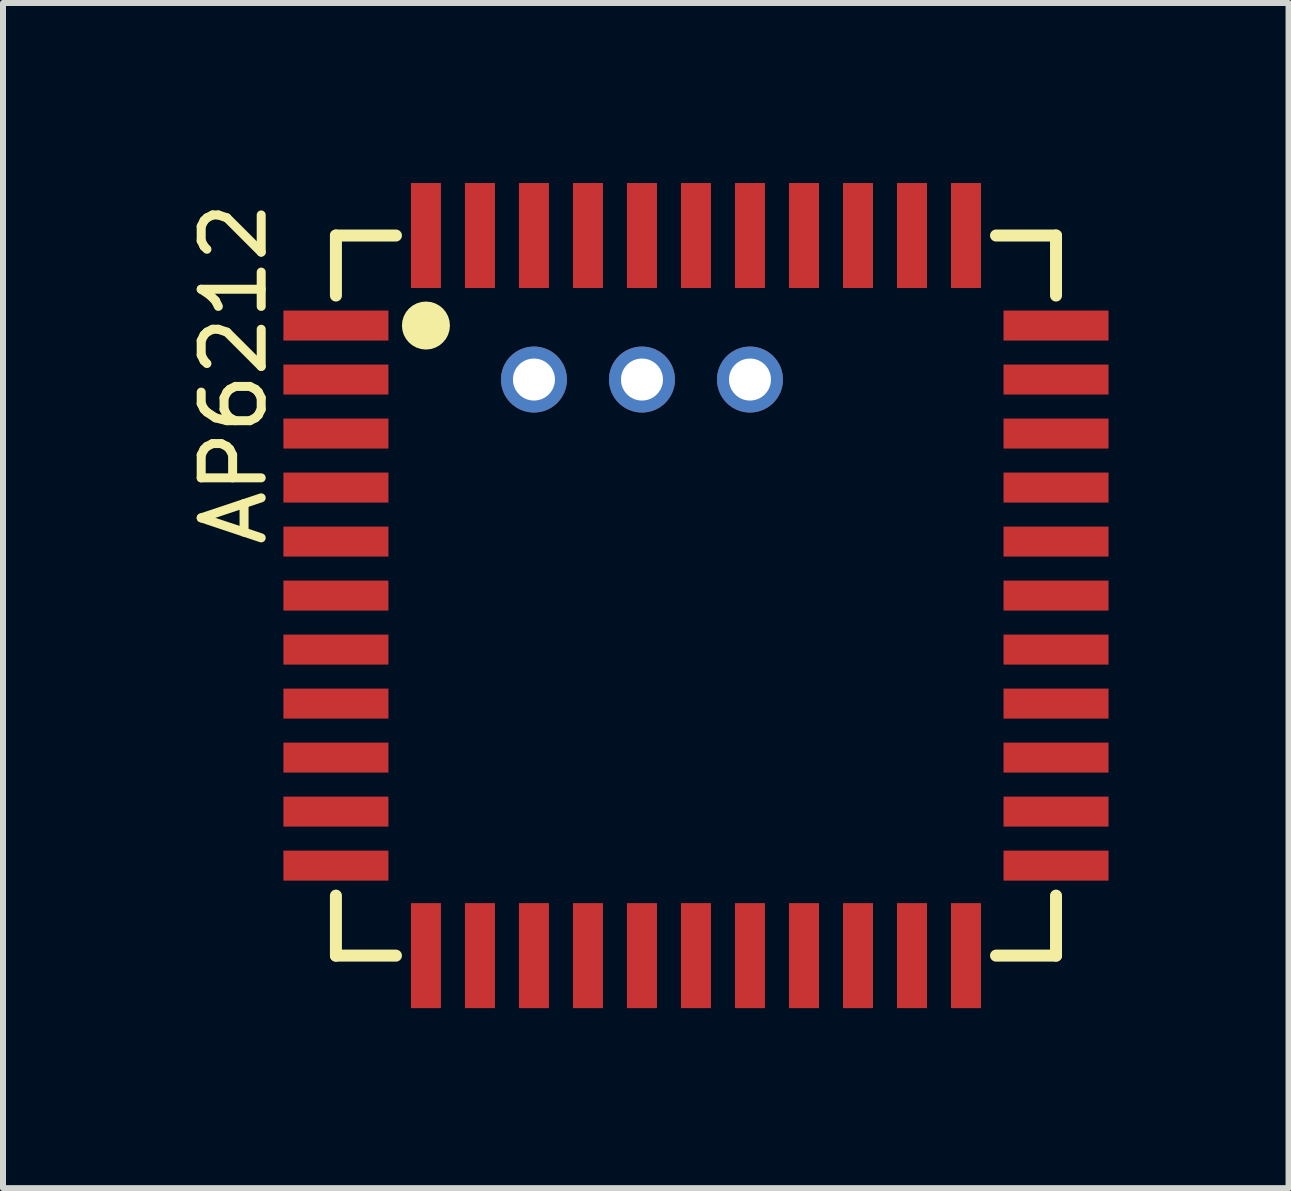
<source format=kicad_pcb>
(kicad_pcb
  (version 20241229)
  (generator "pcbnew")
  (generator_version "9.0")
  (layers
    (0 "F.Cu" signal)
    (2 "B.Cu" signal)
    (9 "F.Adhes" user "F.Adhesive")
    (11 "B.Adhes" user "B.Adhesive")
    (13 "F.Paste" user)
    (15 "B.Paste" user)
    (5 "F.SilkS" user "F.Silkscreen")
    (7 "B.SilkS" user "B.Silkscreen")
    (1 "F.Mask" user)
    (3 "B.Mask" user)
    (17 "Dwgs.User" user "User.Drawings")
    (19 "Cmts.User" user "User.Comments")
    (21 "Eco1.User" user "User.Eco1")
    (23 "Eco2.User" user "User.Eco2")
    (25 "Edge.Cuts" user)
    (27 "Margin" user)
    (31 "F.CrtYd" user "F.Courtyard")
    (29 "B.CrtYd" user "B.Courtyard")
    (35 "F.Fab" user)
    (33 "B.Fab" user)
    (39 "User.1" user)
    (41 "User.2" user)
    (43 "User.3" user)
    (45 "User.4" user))
  (footprint "AP6212"
    (layer "F.Cu")
    (at 8.548 6.875)
    (property "Reference" "AP6212" (at -7.7 -3.7 90) (layer "F.SilkS") (effects (font (size 1 1) (thickness 0.15))))
    (attr through_hole)
    (fp_line (start -6 -6) (end -6 -5) (stroke (width 0.2) (type solid)) (layer "F.SilkS"))
    (fp_line (start -6 -6) (end -5 -6) (stroke (width 0.2) (type solid)) (layer "F.SilkS"))
    (fp_line (start -6 6) (end -6 5) (stroke (width 0.2) (type solid)) (layer "F.SilkS"))
    (fp_line (start -6 6) (end -5 6) (stroke (width 0.2) (type solid)) (layer "F.SilkS"))
    (fp_line (start 6 -6) (end 5 -6) (stroke (width 0.2) (type solid)) (layer "F.SilkS"))
    (fp_line (start 6 -6) (end 6 -5) (stroke (width 0.2) (type solid)) (layer "F.SilkS"))
    (fp_line (start 6 6) (end 5 6) (stroke (width 0.2) (type solid)) (layer "F.SilkS"))
    (fp_line (start 6 6) (end 6 5) (stroke (width 0.2) (type solid)) (layer "F.SilkS"))
    (fp_circle (center -4.5 -4.5) (end -4.3 -4.5) (stroke (width 0.4) (type solid)) (fill no) (layer "F.SilkS"))
    (pad "1" smd rect (at -6 -4.5 90) (size 0.5 1.75) (layers "F.Cu" "F.Mask" "F.Paste"))
    (pad "2" smd rect (at -6 -3.6 90) (size 0.5 1.75) (layers "F.Cu" "F.Mask" "F.Paste"))
    (pad "3" smd rect (at -6 -2.7 90) (size 0.5 1.75) (layers "F.Cu" "F.Mask" "F.Paste"))
    (pad "4" smd rect (at -6 -1.8 90) (size 0.5 1.75) (layers "F.Cu" "F.Mask" "F.Paste"))
    (pad "5" smd rect (at -6 -0.9 90) (size 0.5 1.75) (layers "F.Cu" "F.Mask" "F.Paste"))
    (pad "6" smd rect (at -6 0 90) (size 0.5 1.75) (layers "F.Cu" "F.Mask" "F.Paste"))
    (pad "7" smd rect (at -6 0.9 90) (size 0.5 1.75) (layers "F.Cu" "F.Mask" "F.Paste"))
    (pad "8" smd rect (at -6 1.8 90) (size 0.5 1.75) (layers "F.Cu" "F.Mask" "F.Paste"))
    (pad "9" smd rect (at -6 2.7 90) (size 0.5 1.75) (layers "F.Cu" "F.Mask" "F.Paste"))
    (pad "10" smd rect (at -6 3.6 90) (size 0.5 1.75) (layers "F.Cu" "F.Mask" "F.Paste"))
    (pad "11" smd rect (at -6 4.5 90) (size 0.5 1.75) (layers "F.Cu" "F.Mask" "F.Paste"))
    (pad "12" smd rect (at -4.5 6) (size 0.5 1.75) (layers "F.Cu" "F.Mask" "F.Paste"))
    (pad "13" smd rect (at -3.6 6) (size 0.5 1.75) (layers "F.Cu" "F.Mask" "F.Paste"))
    (pad "14" smd rect (at -2.7 6) (size 0.5 1.75) (layers "F.Cu" "F.Mask" "F.Paste"))
    (pad "15" smd rect (at -1.8 6) (size 0.5 1.75) (layers "F.Cu" "F.Mask" "F.Paste"))
    (pad "16" smd rect (at -0.9 6) (size 0.5 1.75) (layers "F.Cu" "F.Mask" "F.Paste"))
    (pad "17" smd rect (at 0 6) (size 0.5 1.75) (layers "F.Cu" "F.Mask" "F.Paste"))
    (pad "18" smd rect (at 0.9 6) (size 0.5 1.75) (layers "F.Cu" "F.Mask" "F.Paste"))
    (pad "19" smd rect (at 1.8 6) (size 0.5 1.75) (layers "F.Cu" "F.Mask" "F.Paste"))
    (pad "20" smd rect (at 2.7 6) (size 0.5 1.75) (layers "F.Cu" "F.Mask" "F.Paste"))
    (pad "21" smd rect (at 3.6 6) (size 0.5 1.75) (layers "F.Cu" "F.Mask" "F.Paste"))
    (pad "22" smd rect (at 4.5 6) (size 0.5 1.75) (layers "F.Cu" "F.Mask" "F.Paste"))
    (pad "23" smd rect (at 6 4.5 90) (size 0.5 1.75) (layers "F.Cu" "F.Mask" "F.Paste"))
    (pad "24" smd rect (at 6 3.6 90) (size 0.5 1.75) (layers "F.Cu" "F.Mask" "F.Paste"))
    (pad "25" smd rect (at 6 2.7 90) (size 0.5 1.75) (layers "F.Cu" "F.Mask" "F.Paste"))
    (pad "26" smd rect (at 6 1.8 90) (size 0.5 1.75) (layers "F.Cu" "F.Mask" "F.Paste"))
    (pad "27" smd rect (at 6 0.9 90) (size 0.5 1.75) (layers "F.Cu" "F.Mask" "F.Paste"))
    (pad "28" smd rect (at 6 0 90) (size 0.5 1.75) (layers "F.Cu" "F.Mask" "F.Paste"))
    (pad "29" smd rect (at 6 -0.9 90) (size 0.5 1.75) (layers "F.Cu" "F.Mask" "F.Paste"))
    (pad "30" smd rect (at 6 -1.8 90) (size 0.5 1.75) (layers "F.Cu" "F.Mask" "F.Paste"))
    (pad "31" smd rect (at 6 -2.7 90) (size 0.5 1.75) (layers "F.Cu" "F.Mask" "F.Paste"))
    (pad "32" smd rect (at 6 -3.6 90) (size 0.5 1.75) (layers "F.Cu" "F.Mask" "F.Paste"))
    (pad "33" smd rect (at 6 -4.5 90) (size 0.5 1.75) (layers "F.Cu" "F.Mask" "F.Paste"))
    (pad "34" smd rect (at 4.5 -6) (size 0.5 1.75) (layers "F.Cu" "F.Mask" "F.Paste"))
    (pad "35" smd rect (at 3.6 -6) (size 0.5 1.75) (layers "F.Cu" "F.Mask" "F.Paste"))
    (pad "36" smd rect (at 2.7 -6) (size 0.5 1.75) (layers "F.Cu" "F.Mask" "F.Paste"))
    (pad "37" smd rect (at 1.8 -6) (size 0.5 1.75) (layers "F.Cu" "F.Mask" "F.Paste"))
    (pad "38" smd rect (at 0.9 -6) (size 0.5 1.75) (layers "F.Cu" "F.Mask" "F.Paste"))
    (pad "39" smd rect (at 0 -6) (size 0.5 1.75) (layers "F.Cu" "F.Mask" "F.Paste"))
    (pad "40" smd rect (at -0.9 -6) (size 0.5 1.75) (layers "F.Cu" "F.Mask" "F.Paste"))
    (pad "41" smd rect (at -1.8 -6) (size 0.5 1.75) (layers "F.Cu" "F.Mask" "F.Paste"))
    (pad "42" smd rect (at -2.7 -6) (size 0.5 1.75) (layers "F.Cu" "F.Mask" "F.Paste"))
    (pad "43" smd rect (at -3.6 -6) (size 0.5 1.75) (layers "F.Cu" "F.Mask" "F.Paste"))
    (pad "44" smd rect (at -4.5 -6) (size 0.5 1.75) (layers "F.Cu" "F.Mask" "F.Paste"))
    (pad "45" thru_hole circle (at -2.7 -3.6) (size 1.1 1.1) (drill 0.7) (layers "*.Cu" "*.Mask"))
    (pad "46" thru_hole circle (at -0.9 -3.6) (size 1.1 1.1) (drill 0.7) (layers "*.Cu" "*.Mask"))
    (pad "47" thru_hole circle (at 0.9 -3.6) (size 1.1 1.1) (drill 0.7) (layers "*.Cu" "*.Mask")))
  (gr_rect
    (start -3 -3)
    (end 18.423 16.75)
    (stroke (width 0.1) (type default))
    (fill no)
    (layer "Edge.Cuts")))
</source>
